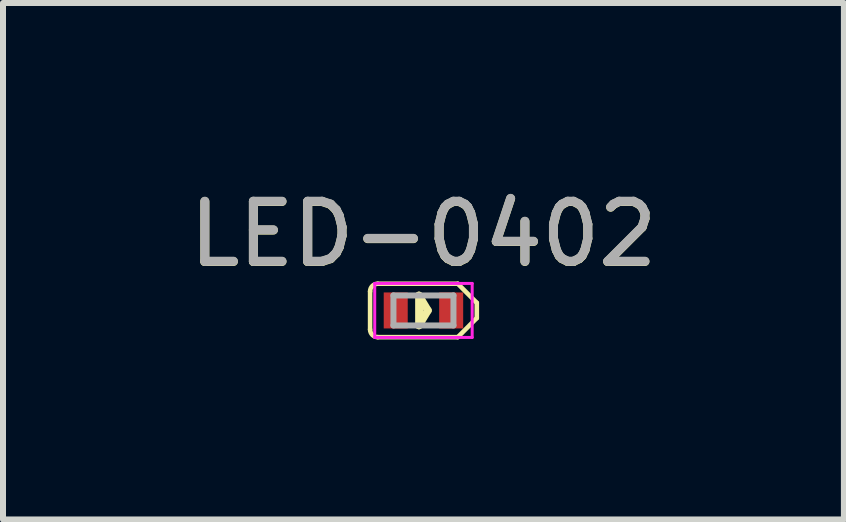
<source format=kicad_pcb>
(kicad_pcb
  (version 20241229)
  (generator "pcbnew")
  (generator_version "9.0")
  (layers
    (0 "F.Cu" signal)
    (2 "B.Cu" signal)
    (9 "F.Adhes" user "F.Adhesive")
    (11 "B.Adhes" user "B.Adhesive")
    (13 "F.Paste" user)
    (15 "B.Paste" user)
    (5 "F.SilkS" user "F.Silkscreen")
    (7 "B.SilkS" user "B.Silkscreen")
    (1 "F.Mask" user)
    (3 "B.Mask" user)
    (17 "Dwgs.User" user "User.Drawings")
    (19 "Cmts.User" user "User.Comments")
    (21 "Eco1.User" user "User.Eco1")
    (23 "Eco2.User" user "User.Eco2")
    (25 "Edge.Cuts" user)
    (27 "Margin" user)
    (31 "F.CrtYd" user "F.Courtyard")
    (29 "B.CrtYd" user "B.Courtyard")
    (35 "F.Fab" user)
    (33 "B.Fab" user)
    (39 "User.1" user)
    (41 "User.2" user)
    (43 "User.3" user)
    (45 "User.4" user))
  (footprint "LED-0402"
    (layer "F.Cu")
    (at 4.006 2.123)
    (property "Reference" "LED-0402" (at 0 -1.27 0) (layer "F.SilkS") (effects (font (size 1 1) (thickness 0.15))))
    (attr smd)
    (fp_line (start -0.889 0.318) (end -0.889 -0.318) (stroke (width 0.076) (type solid)) (layer "F.SilkS"))
    (fp_line (start -0.762 -0.445) (end 0.572 -0.445) (stroke (width 0.076) (type solid)) (layer "F.SilkS"))
    (fp_line (start -0.075 -0.25) (end 0.075 0) (stroke (width 0.127) (type solid)) (layer "F.SilkS"))
    (fp_line (start -0.075 0.25) (end -0.075 -0.25) (stroke (width 0.127) (type solid)) (layer "F.SilkS"))
    (fp_line (start -0.025 -0.1) (end -0.025 0.15) (stroke (width 0.05) (type solid)) (layer "F.SilkS"))
    (fp_line (start 0.075 0) (end -0.075 0.25) (stroke (width 0.127) (type solid)) (layer "F.SilkS"))
    (fp_line (start 0.572 -0.445) (end 0.889 -0.127) (stroke (width 0.076) (type solid)) (layer "F.SilkS"))
    (fp_line (start 0.572 0.445) (end -0.762 0.445) (stroke (width 0.076) (type solid)) (layer "F.SilkS"))
    (fp_line (start 0.889 -0.127) (end 0.889 0.127) (stroke (width 0.076) (type solid)) (layer "F.SilkS"))
    (fp_line (start 0.889 0.127) (end 0.572 0.445) (stroke (width 0.076) (type solid)) (layer "F.SilkS"))
    (fp_arc (start -0.889 -0.3175) (mid -0.851803 -0.407303) (end -0.762 -0.4445) (stroke (width 0.0762) (type solid)) (layer "F.SilkS"))
    (fp_arc (start -0.762 0.4445) (mid -0.851803 0.407303) (end -0.889 0.3175) (stroke (width 0.0762) (type solid)) (layer "F.SilkS"))
    (fp_line (start -0.812 -0.45) (end 0.812 -0.45) (stroke (width 0.05) (type solid)) (layer "F.CrtYd"))
    (fp_line (start -0.812 0.45) (end -0.812 -0.45) (stroke (width 0.05) (type solid)) (layer "F.CrtYd"))
    (fp_line (start 0.812 -0.45) (end 0.812 0.45) (stroke (width 0.05) (type solid)) (layer "F.CrtYd"))
    (fp_line (start 0.812 0.45) (end -0.812 0.45) (stroke (width 0.05) (type solid)) (layer "F.CrtYd"))
    (fp_line (start -0.5 -0.25) (end 0.5 -0.25) (stroke (width 0.1) (type solid)) (layer "F.Fab"))
    (fp_line (start -0.5 0.25) (end -0.5 -0.25) (stroke (width 0.1) (type solid)) (layer "F.Fab"))
    (fp_line (start 0.5 -0.25) (end 0.5 0.25) (stroke (width 0.1) (type solid)) (layer "F.Fab"))
    (fp_line (start 0.5 0.25) (end -0.5 0.25) (stroke (width 0.1) (type solid)) (layer "F.Fab"))
    (fp_text user "${REFERENCE}" (at 0 -1.275 0) (layer "F.Fab") (effects (font (size 1 1) (thickness 0.15))))
    (pad "1" smd rect (at -0.462 0) (size 0.4 0.6) (layers "F.Cu" "F.Mask" "F.Paste"))
    (pad "2" smd rect (at 0.462 0) (size 0.4 0.6) (layers "F.Cu" "F.Mask" "F.Paste")))
  (gr_rect
    (start -3 -3)
    (end 11.012 5.606)
    (stroke (width 0.1) (type default))
    (fill no)
    (layer "Edge.Cuts")))
</source>
